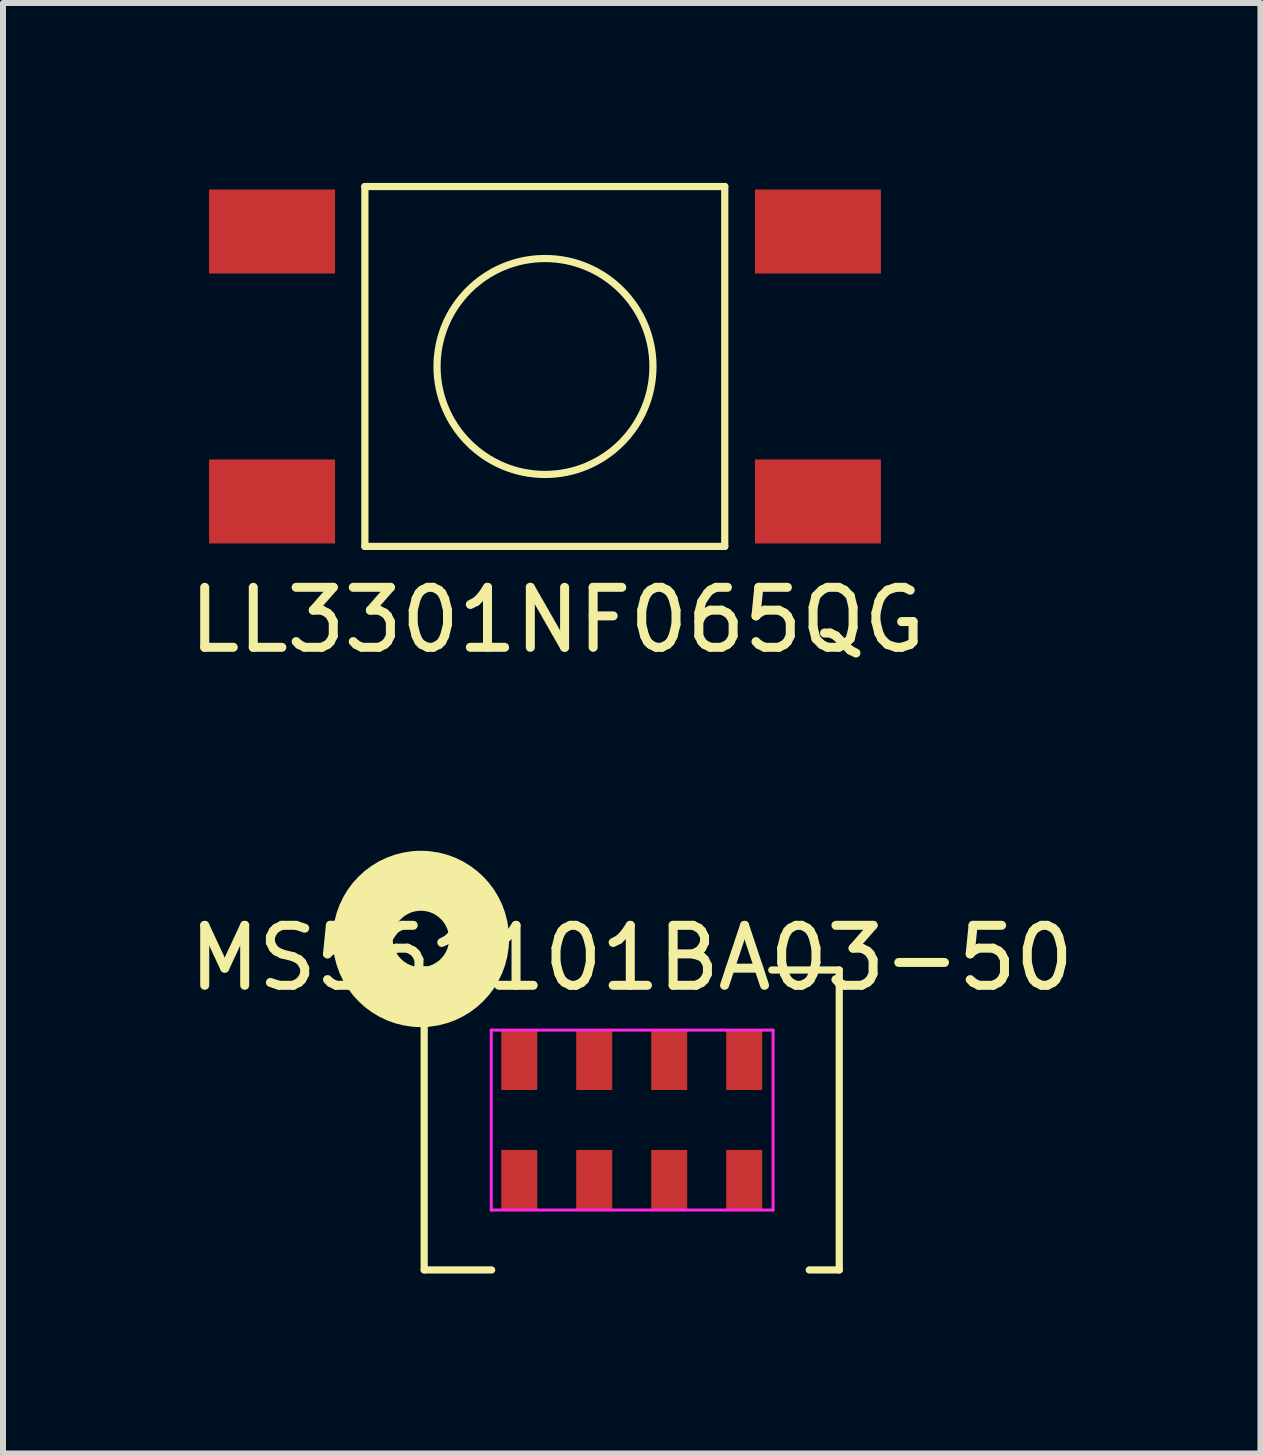
<source format=kicad_pcb>
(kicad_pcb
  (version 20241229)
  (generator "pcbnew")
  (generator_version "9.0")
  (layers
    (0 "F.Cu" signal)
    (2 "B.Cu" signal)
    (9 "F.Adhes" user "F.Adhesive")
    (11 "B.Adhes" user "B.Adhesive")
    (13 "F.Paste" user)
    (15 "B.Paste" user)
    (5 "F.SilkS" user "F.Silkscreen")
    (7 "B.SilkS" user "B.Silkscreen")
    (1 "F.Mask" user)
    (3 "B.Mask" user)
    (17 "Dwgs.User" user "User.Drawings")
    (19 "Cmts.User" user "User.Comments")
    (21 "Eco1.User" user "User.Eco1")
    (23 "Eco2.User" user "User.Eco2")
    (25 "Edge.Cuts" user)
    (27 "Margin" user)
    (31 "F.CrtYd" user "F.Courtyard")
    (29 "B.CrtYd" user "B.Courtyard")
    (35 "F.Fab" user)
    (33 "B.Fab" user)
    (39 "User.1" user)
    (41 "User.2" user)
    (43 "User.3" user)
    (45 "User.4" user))
  (footprint "MS561101BA03-50"
    (layer "F.Cu")
    (at 7.482 15.622)
    (property "Reference" "MS561101BA03-50" (at 0 -2.7 0) (layer "F.SilkS") (effects (font (size 1 1) (thickness 0.15))))
    (attr smd)
    (fp_line (start -3.46 -2.5) (end -3.46 2.5) (stroke (width 0.12) (type solid)) (layer "F.SilkS"))
    (fp_line (start -3.46 2.5) (end -2.335 2.5) (stroke (width 0.12) (type solid)) (layer "F.SilkS"))
    (fp_line (start -2.96 -2.5) (end -3.46 -2.5) (stroke (width 0.12) (type solid)) (layer "F.SilkS"))
    (fp_line (start 2.335 -2.5) (end 3.46 -2.5) (stroke (width 0.12) (type solid)) (layer "F.SilkS"))
    (fp_line (start 3.46 -2.5) (end 3.46 2.5) (stroke (width 0.12) (type solid)) (layer "F.SilkS"))
    (fp_line (start 3.46 2.5) (end 2.96 2.5) (stroke (width 0.12) (type solid)) (layer "F.SilkS"))
    (fp_circle (center -3.515 -3.018) (end -2.545 -3.018) (stroke (width 1) (type solid)) (fill no) (layer "F.SilkS"))
    (fp_line (start -2.343 -1.498) (end 2.357 -1.498) (stroke (width 0.05) (type solid)) (layer "F.CrtYd"))
    (fp_line (start -2.343 1.502) (end 2.357 1.502) (stroke (width 0.05) (type solid)) (layer "F.CrtYd"))
    (fp_line (start -2.342 -1.498) (end -2.342 1.502) (stroke (width 0.05) (type solid)) (layer "F.CrtYd"))
    (fp_line (start 2.357 -1.498) (end 2.357 1.502) (stroke (width 0.05) (type solid)) (layer "F.CrtYd"))
    (pad "1" smd rect (at -1.875 -1) (size 0.6 1) (layers "F.Cu" "F.Mask" "F.Paste"))
    (pad "2" smd rect (at -0.625 -1) (size 0.6 1) (layers "F.Cu" "F.Mask" "F.Paste"))
    (pad "3" smd rect (at 0.625 -1) (size 0.6 1) (layers "F.Cu" "F.Mask" "F.Paste"))
    (pad "4" smd rect (at 1.875 -1) (size 0.6 1) (layers "F.Cu" "F.Mask" "F.Paste"))
    (pad "5" smd rect (at 1.875 1) (size 0.6 1) (layers "F.Cu" "F.Mask" "F.Paste"))
    (pad "6" smd rect (at 0.625 1) (size 0.6 1) (layers "F.Cu" "F.Mask" "F.Paste"))
    (pad "7" smd rect (at -0.625 1) (size 0.6 1) (layers "F.Cu" "F.Mask" "F.Paste"))
    (pad "8" smd rect (at -1.875 1) (size 0.6 1) (layers "F.Cu" "F.Mask" "F.Paste")))
  (footprint "LL3301NF065QG"
    (layer "F.Cu")
    (at 6.036 3.06)
    (property "Reference" "LL3301NF065QG" (at 0.208 4.227 0) (layer "F.SilkS") (effects (font (size 1 1) (thickness 0.15))))
    (attr through_hole)
    (fp_line (start -3.003 -3) (end -3.003 3) (stroke (width 0.12) (type solid)) (layer "F.SilkS"))
    (fp_line (start -3.003 -3) (end 2.997 -3) (stroke (width 0.12) (type solid)) (layer "F.SilkS"))
    (fp_line (start -3.003 3) (end 2.997 3) (stroke (width 0.12) (type solid)) (layer "F.SilkS"))
    (fp_line (start 2.997 -3) (end 2.997 3) (stroke (width 0.12) (type solid)) (layer "F.SilkS"))
    (fp_circle (center 0 0) (end 1.8 0) (stroke (width 0.12) (type solid)) (fill no) (layer "F.SilkS"))
    (pad "1" smd rect (at -4.55 -2.25) (size 2.1 1.4) (layers "F.Cu" "F.Mask" "F.Paste"))
    (pad "2" smd rect (at 4.55 -2.25) (size 2.1 1.4) (layers "F.Cu" "F.Mask" "F.Paste"))
    (pad "3" smd rect (at -4.55 2.25) (size 2.1 1.4) (layers "F.Cu" "F.Mask" "F.Paste"))
    (pad "4" smd rect (at 4.55 2.25) (size 2.1 1.4) (layers "F.Cu" "F.Mask" "F.Paste")))
  (gr_rect
    (start -3 -3)
    (end 17.964 21.182)
    (stroke (width 0.1) (type default))
    (fill no)
    (layer "Edge.Cuts")))
</source>
